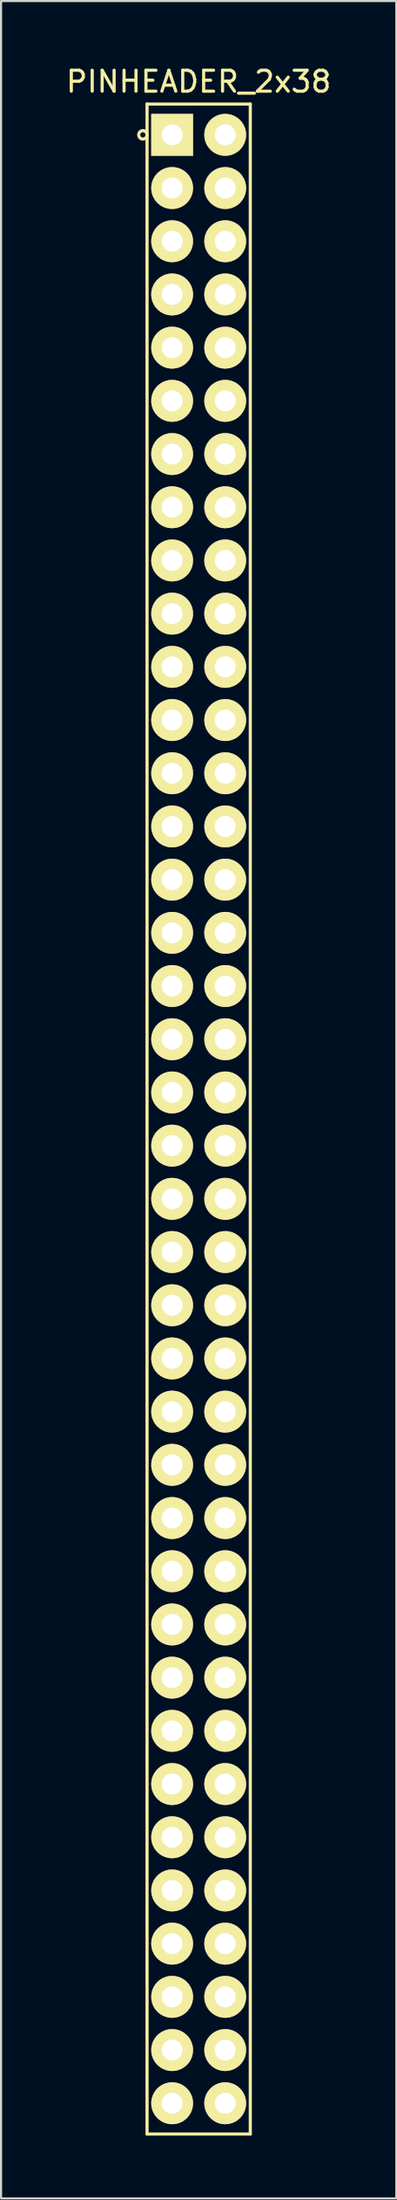
<source format=kicad_pcb>
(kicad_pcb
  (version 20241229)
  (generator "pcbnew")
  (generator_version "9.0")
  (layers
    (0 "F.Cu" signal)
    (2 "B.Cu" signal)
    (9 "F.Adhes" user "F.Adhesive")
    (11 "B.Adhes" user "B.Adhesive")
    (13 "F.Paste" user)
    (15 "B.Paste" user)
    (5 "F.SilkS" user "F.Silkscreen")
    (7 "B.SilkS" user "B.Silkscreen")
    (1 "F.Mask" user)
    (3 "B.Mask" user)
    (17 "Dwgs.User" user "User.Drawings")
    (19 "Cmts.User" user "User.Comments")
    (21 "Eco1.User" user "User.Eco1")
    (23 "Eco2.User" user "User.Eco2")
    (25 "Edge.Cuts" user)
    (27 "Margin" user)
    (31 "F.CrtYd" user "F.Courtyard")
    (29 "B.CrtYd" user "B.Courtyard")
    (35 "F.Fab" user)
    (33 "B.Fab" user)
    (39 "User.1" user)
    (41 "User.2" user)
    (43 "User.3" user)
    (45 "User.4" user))
  (footprint "PINHEADER_2x38"
    (layer "F.Cu")
    (at 5.188 3.388)
    (property "Reference" "PINHEADER_2x38" (at 1.27 -2.54 0) (layer "F.SilkS") (effects (font (size 1 1) (thickness 0.15))))
    (attr through_hole)
    (fp_line (start -1.2 -1.47) (end 3.74 -1.47) (stroke (width 0.15) (type solid)) (layer "F.SilkS"))
    (fp_line (start -1.2 95.45) (end -1.2 -1.47) (stroke (width 0.15) (type solid)) (layer "F.SilkS"))
    (fp_line (start 3.74 -1.47) (end 3.74 95.45) (stroke (width 0.15) (type solid)) (layer "F.SilkS"))
    (fp_line (start 3.74 95.45) (end -1.2 95.45) (stroke (width 0.15) (type solid)) (layer "F.SilkS"))
    (fp_circle (center -1.4 0) (end -1.4 0.2) (stroke (width 0.15) (type solid)) (fill no) (layer "F.SilkS"))
    (pad "1" thru_hole rect (at 0 0) (size 2 2) (drill 1) (layers "*.Cu" "*.Mask" "F.SilkS"))
    (pad "2" thru_hole circle (at 0 2.54) (size 2 2) (drill 1) (layers "*.Cu" "*.Mask" "F.SilkS"))
    (pad "3" thru_hole circle (at 0 5.08) (size 2 2) (drill 1) (layers "*.Cu" "*.Mask" "F.SilkS"))
    (pad "4" thru_hole circle (at 0 7.62) (size 2 2) (drill 1) (layers "*.Cu" "*.Mask" "F.SilkS"))
    (pad "5" thru_hole circle (at 0 10.16) (size 2 2) (drill 1) (layers "*.Cu" "*.Mask" "F.SilkS"))
    (pad "6" thru_hole circle (at 0 12.7) (size 2 2) (drill 1) (layers "*.Cu" "*.Mask" "F.SilkS"))
    (pad "7" thru_hole circle (at 0 15.24) (size 2 2) (drill 1) (layers "*.Cu" "*.Mask" "F.SilkS"))
    (pad "8" thru_hole circle (at 0 17.78) (size 2 2) (drill 1) (layers "*.Cu" "*.Mask" "F.SilkS"))
    (pad "9" thru_hole circle (at 0 20.32) (size 2 2) (drill 1) (layers "*.Cu" "*.Mask" "F.SilkS"))
    (pad "10" thru_hole circle (at 0 22.86) (size 2 2) (drill 1) (layers "*.Cu" "*.Mask" "F.SilkS"))
    (pad "11" thru_hole circle (at 0 25.4) (size 2 2) (drill 1) (layers "*.Cu" "*.Mask" "F.SilkS"))
    (pad "12" thru_hole circle (at 0 27.94) (size 2 2) (drill 1) (layers "*.Cu" "*.Mask" "F.SilkS"))
    (pad "13" thru_hole circle (at 0 30.48) (size 2 2) (drill 1) (layers "*.Cu" "*.Mask" "F.SilkS"))
    (pad "14" thru_hole circle (at 0 33.02) (size 2 2) (drill 1) (layers "*.Cu" "*.Mask" "F.SilkS"))
    (pad "15" thru_hole circle (at 0 35.56) (size 2 2) (drill 1) (layers "*.Cu" "*.Mask" "F.SilkS"))
    (pad "16" thru_hole circle (at 0 38.1) (size 2 2) (drill 1) (layers "*.Cu" "*.Mask" "F.SilkS"))
    (pad "17" thru_hole circle (at 0 40.64) (size 2 2) (drill 1) (layers "*.Cu" "*.Mask" "F.SilkS"))
    (pad "18" thru_hole circle (at 0 43.18) (size 2 2) (drill 1) (layers "*.Cu" "*.Mask" "F.SilkS"))
    (pad "19" thru_hole circle (at 0 45.72) (size 2 2) (drill 1) (layers "*.Cu" "*.Mask" "F.SilkS"))
    (pad "20" thru_hole circle (at 0 48.26) (size 2 2) (drill 1) (layers "*.Cu" "*.Mask" "F.SilkS"))
    (pad "21" thru_hole circle (at 0 50.8) (size 2 2) (drill 1) (layers "*.Cu" "*.Mask" "F.SilkS"))
    (pad "22" thru_hole circle (at 0 53.34) (size 2 2) (drill 1) (layers "*.Cu" "*.Mask" "F.SilkS"))
    (pad "23" thru_hole circle (at 0 55.88) (size 2 2) (drill 1) (layers "*.Cu" "*.Mask" "F.SilkS"))
    (pad "24" thru_hole circle (at 0 58.42) (size 2 2) (drill 1) (layers "*.Cu" "*.Mask" "F.SilkS"))
    (pad "25" thru_hole circle (at 0 60.96) (size 2 2) (drill 1) (layers "*.Cu" "*.Mask" "F.SilkS"))
    (pad "26" thru_hole circle (at 0 63.5) (size 2 2) (drill 1) (layers "*.Cu" "*.Mask" "F.SilkS"))
    (pad "27" thru_hole circle (at 0 66.04) (size 2 2) (drill 1) (layers "*.Cu" "*.Mask" "F.SilkS"))
    (pad "28" thru_hole circle (at 0 68.58) (size 2 2) (drill 1) (layers "*.Cu" "*.Mask" "F.SilkS"))
    (pad "29" thru_hole circle (at 0 71.12) (size 2 2) (drill 1) (layers "*.Cu" "*.Mask" "F.SilkS"))
    (pad "30" thru_hole circle (at 0 73.66) (size 2 2) (drill 1) (layers "*.Cu" "*.Mask" "F.SilkS"))
    (pad "31" thru_hole circle (at 0 76.2) (size 2 2) (drill 1) (layers "*.Cu" "*.Mask" "F.SilkS"))
    (pad "32" thru_hole circle (at 0 78.74) (size 2 2) (drill 1) (layers "*.Cu" "*.Mask" "F.SilkS"))
    (pad "33" thru_hole circle (at 0 81.28) (size 2 2) (drill 1) (layers "*.Cu" "*.Mask" "F.SilkS"))
    (pad "34" thru_hole circle (at 0 83.82) (size 2 2) (drill 1) (layers "*.Cu" "*.Mask" "F.SilkS"))
    (pad "35" thru_hole circle (at 0 86.36) (size 2 2) (drill 1) (layers "*.Cu" "*.Mask" "F.SilkS"))
    (pad "36" thru_hole circle (at 0 88.9) (size 2 2) (drill 1) (layers "*.Cu" "*.Mask" "F.SilkS"))
    (pad "37" thru_hole circle (at 0 91.44) (size 2 2) (drill 1) (layers "*.Cu" "*.Mask" "F.SilkS"))
    (pad "38" thru_hole circle (at 0 93.98) (size 2 2) (drill 1) (layers "*.Cu" "*.Mask" "F.SilkS"))
    (pad "39" thru_hole circle (at 2.54 93.98) (size 2 2) (drill 1) (layers "*.Cu" "*.Mask" "F.SilkS"))
    (pad "40" thru_hole circle (at 2.54 91.44) (size 2 2) (drill 1) (layers "*.Cu" "*.Mask" "F.SilkS"))
    (pad "41" thru_hole circle (at 2.54 88.9) (size 2 2) (drill 1) (layers "*.Cu" "*.Mask" "F.SilkS"))
    (pad "42" thru_hole circle (at 2.54 86.36) (size 2 2) (drill 1) (layers "*.Cu" "*.Mask" "F.SilkS"))
    (pad "43" thru_hole circle (at 2.54 83.82) (size 2 2) (drill 1) (layers "*.Cu" "*.Mask" "F.SilkS"))
    (pad "44" thru_hole circle (at 2.54 81.28) (size 2 2) (drill 1) (layers "*.Cu" "*.Mask" "F.SilkS"))
    (pad "45" thru_hole circle (at 2.54 78.74) (size 2 2) (drill 1) (layers "*.Cu" "*.Mask" "F.SilkS"))
    (pad "46" thru_hole circle (at 2.54 76.2) (size 2 2) (drill 1) (layers "*.Cu" "*.Mask" "F.SilkS"))
    (pad "47" thru_hole circle (at 2.54 73.66) (size 2 2) (drill 1) (layers "*.Cu" "*.Mask" "F.SilkS"))
    (pad "48" thru_hole circle (at 2.54 71.12) (size 2 2) (drill 1) (layers "*.Cu" "*.Mask" "F.SilkS"))
    (pad "49" thru_hole circle (at 2.54 68.58) (size 2 2) (drill 1) (layers "*.Cu" "*.Mask" "F.SilkS"))
    (pad "50" thru_hole circle (at 2.54 66.04) (size 2 2) (drill 1) (layers "*.Cu" "*.Mask" "F.SilkS"))
    (pad "51" thru_hole circle (at 2.54 63.5) (size 2 2) (drill 1) (layers "*.Cu" "*.Mask" "F.SilkS"))
    (pad "52" thru_hole circle (at 2.54 60.96) (size 2 2) (drill 1) (layers "*.Cu" "*.Mask" "F.SilkS"))
    (pad "53" thru_hole circle (at 2.54 58.42) (size 2 2) (drill 1) (layers "*.Cu" "*.Mask" "F.SilkS"))
    (pad "54" thru_hole circle (at 2.54 55.88) (size 2 2) (drill 1) (layers "*.Cu" "*.Mask" "F.SilkS"))
    (pad "55" thru_hole circle (at 2.54 53.34) (size 2 2) (drill 1) (layers "*.Cu" "*.Mask" "F.SilkS"))
    (pad "56" thru_hole circle (at 2.54 50.8) (size 2 2) (drill 1) (layers "*.Cu" "*.Mask" "F.SilkS"))
    (pad "57" thru_hole circle (at 2.54 48.26) (size 2 2) (drill 1) (layers "*.Cu" "*.Mask" "F.SilkS"))
    (pad "58" thru_hole circle (at 2.54 45.72) (size 2 2) (drill 1) (layers "*.Cu" "*.Mask" "F.SilkS"))
    (pad "59" thru_hole circle (at 2.54 43.18) (size 2 2) (drill 1) (layers "*.Cu" "*.Mask" "F.SilkS"))
    (pad "60" thru_hole circle (at 2.54 40.64) (size 2 2) (drill 1) (layers "*.Cu" "*.Mask" "F.SilkS"))
    (pad "61" thru_hole circle (at 2.54 38.1) (size 2 2) (drill 1) (layers "*.Cu" "*.Mask" "F.SilkS"))
    (pad "62" thru_hole circle (at 2.54 35.56) (size 2 2) (drill 1) (layers "*.Cu" "*.Mask" "F.SilkS"))
    (pad "63" thru_hole circle (at 2.54 33.02) (size 2 2) (drill 1) (layers "*.Cu" "*.Mask" "F.SilkS"))
    (pad "64" thru_hole circle (at 2.54 30.48) (size 2 2) (drill 1) (layers "*.Cu" "*.Mask" "F.SilkS"))
    (pad "65" thru_hole circle (at 2.54 27.94) (size 2 2) (drill 1) (layers "*.Cu" "*.Mask" "F.SilkS"))
    (pad "66" thru_hole circle (at 2.54 25.4) (size 2 2) (drill 1) (layers "*.Cu" "*.Mask" "F.SilkS"))
    (pad "67" thru_hole circle (at 2.54 22.86) (size 2 2) (drill 1) (layers "*.Cu" "*.Mask" "F.SilkS"))
    (pad "68" thru_hole circle (at 2.54 20.32) (size 2 2) (drill 1) (layers "*.Cu" "*.Mask" "F.SilkS"))
    (pad "69" thru_hole circle (at 2.54 17.78) (size 2 2) (drill 1) (layers "*.Cu" "*.Mask" "F.SilkS"))
    (pad "70" thru_hole circle (at 2.54 15.24) (size 2 2) (drill 1) (layers "*.Cu" "*.Mask" "F.SilkS"))
    (pad "71" thru_hole circle (at 2.54 12.7) (size 2 2) (drill 1) (layers "*.Cu" "*.Mask" "F.SilkS"))
    (pad "72" thru_hole circle (at 2.54 10.16) (size 2 2) (drill 1) (layers "*.Cu" "*.Mask" "F.SilkS"))
    (pad "73" thru_hole circle (at 2.54 7.62) (size 2 2) (drill 1) (layers "*.Cu" "*.Mask" "F.SilkS"))
    (pad "74" thru_hole circle (at 2.54 5.08) (size 2 2) (drill 1) (layers "*.Cu" "*.Mask" "F.SilkS"))
    (pad "75" thru_hole circle (at 2.54 2.54) (size 2 2) (drill 1) (layers "*.Cu" "*.Mask" "F.SilkS"))
    (pad "76" thru_hole circle (at 2.54 0) (size 2 2) (drill 1) (layers "*.Cu" "*.Mask" "F.SilkS")))
  (gr_rect
    (start -3 -3)
    (end 15.917 101.913)
    (stroke (width 0.1) (type default))
    (fill no)
    (layer "Edge.Cuts")))
</source>
